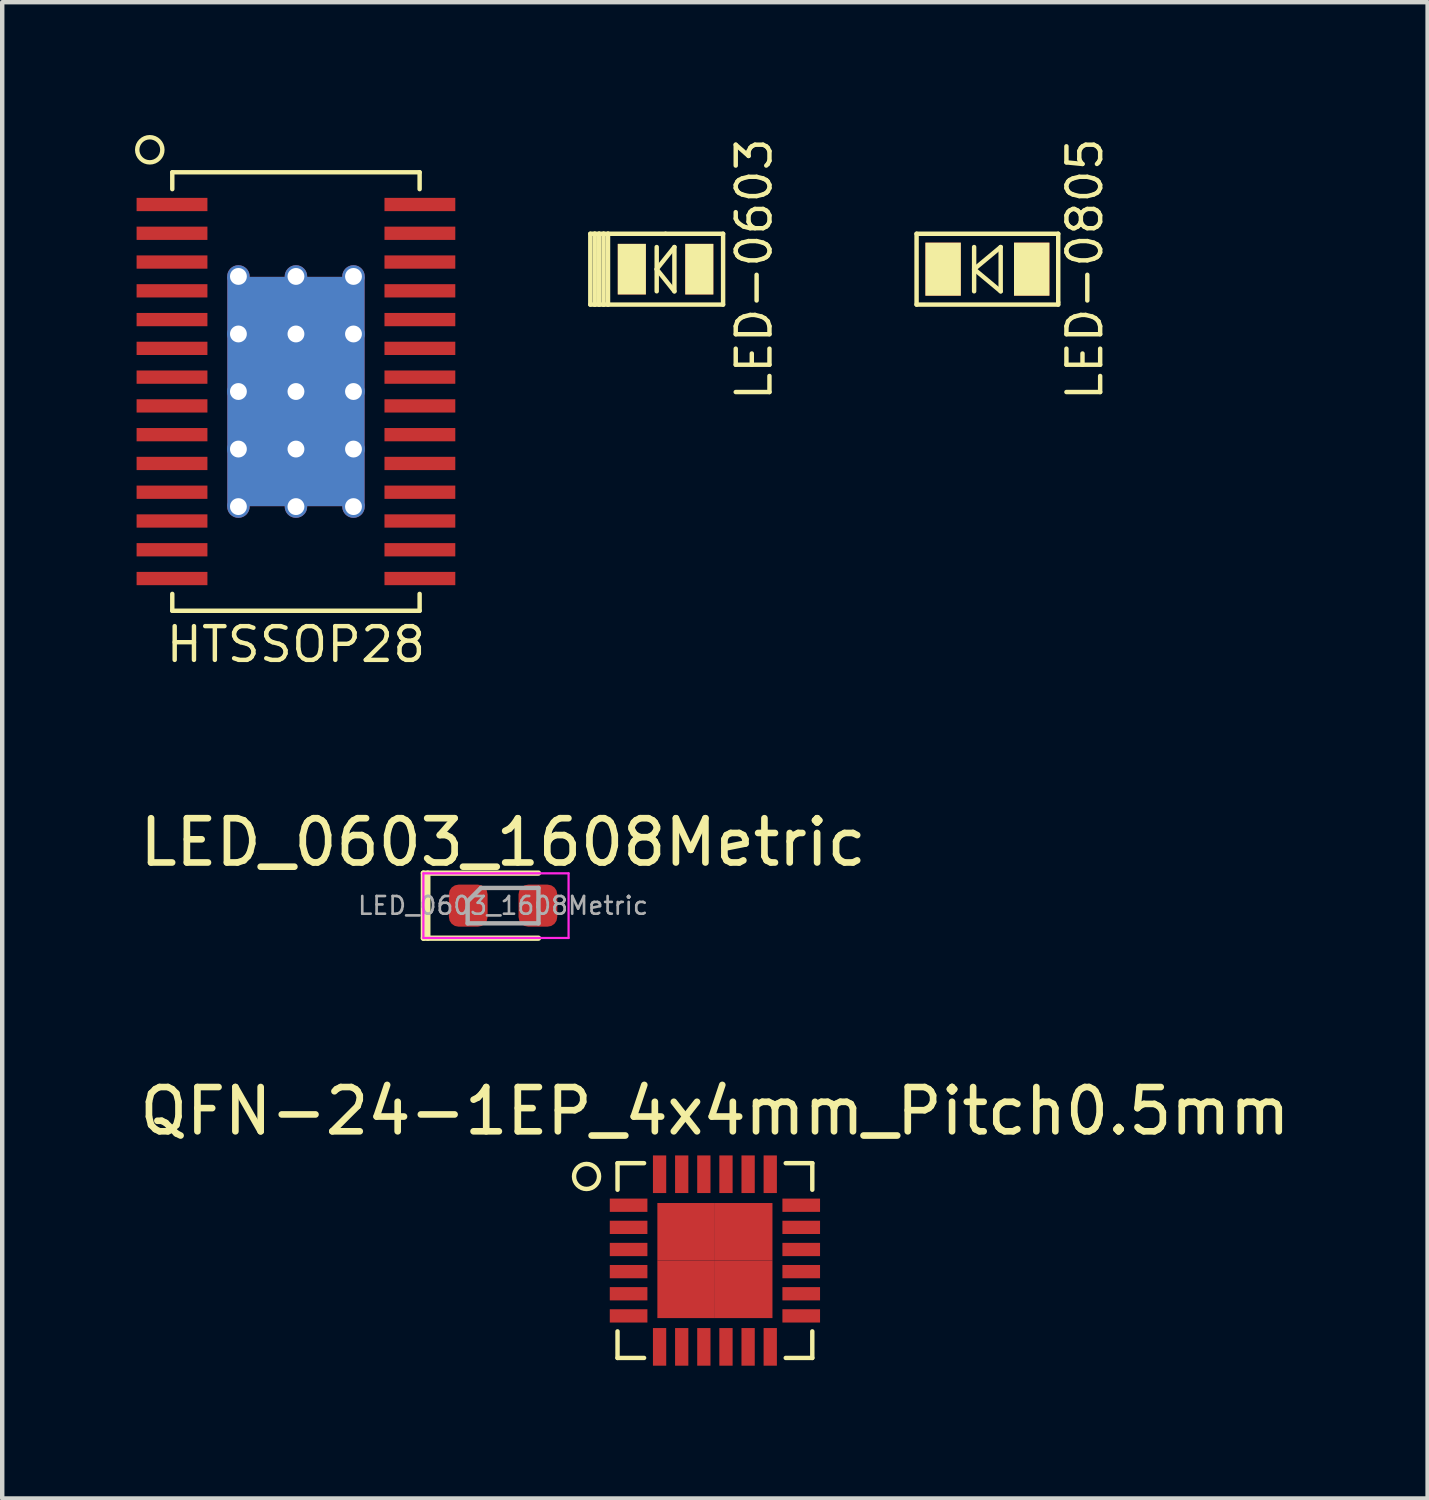
<source format=kicad_pcb>
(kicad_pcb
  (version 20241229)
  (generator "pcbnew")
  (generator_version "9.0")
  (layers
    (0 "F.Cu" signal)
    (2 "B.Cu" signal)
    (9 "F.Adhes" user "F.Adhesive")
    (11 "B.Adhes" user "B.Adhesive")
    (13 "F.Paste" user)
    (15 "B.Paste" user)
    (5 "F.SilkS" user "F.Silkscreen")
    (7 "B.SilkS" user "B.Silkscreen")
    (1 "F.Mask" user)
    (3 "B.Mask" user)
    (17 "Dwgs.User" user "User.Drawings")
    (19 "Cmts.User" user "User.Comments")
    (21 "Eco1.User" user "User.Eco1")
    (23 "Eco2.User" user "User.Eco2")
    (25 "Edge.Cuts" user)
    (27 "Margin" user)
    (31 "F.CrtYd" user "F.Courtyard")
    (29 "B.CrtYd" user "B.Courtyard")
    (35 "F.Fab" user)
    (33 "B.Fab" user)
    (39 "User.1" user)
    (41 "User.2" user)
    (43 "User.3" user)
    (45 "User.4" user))
  (footprint "LED_0603_1608Metric"
    (layer "F.Cu")
    (at 8.315 17.41)
    (property "Reference" "LED_0603_1608Metric" (at 0 -1.43 0) (layer "F.SilkS") (effects (font (size 1 1) (thickness 0.15))))
    (attr smd)
    (fp_line (start -1.8 -0.735) (end -1.8 0.735) (stroke (width 0.12) (type solid)) (layer "F.SilkS"))
    (fp_line (start -1.8 0.735) (end 0.8 0.735) (stroke (width 0.12) (type solid)) (layer "F.SilkS"))
    (fp_line (start -1.7 -0.735) (end -1.7 0.735) (stroke (width 0.12) (type solid)) (layer "F.SilkS"))
    (fp_line (start 0.8 -0.735) (end -1.8 -0.735) (stroke (width 0.12) (type solid)) (layer "F.SilkS"))
    (fp_line (start -1.8 -0.73) (end 1.48 -0.73) (stroke (width 0.05) (type solid)) (layer "F.CrtYd"))
    (fp_line (start -1.8 0.73) (end -1.8 -0.73) (stroke (width 0.05) (type solid)) (layer "F.CrtYd"))
    (fp_line (start 1.48 -0.73) (end 1.48 0.73) (stroke (width 0.05) (type solid)) (layer "F.CrtYd"))
    (fp_line (start 1.48 0.73) (end -1.8 0.73) (stroke (width 0.05) (type solid)) (layer "F.CrtYd"))
    (fp_line (start -0.8 -0.1) (end -0.8 0.4) (stroke (width 0.1) (type solid)) (layer "F.Fab"))
    (fp_line (start -0.8 0.4) (end 0.8 0.4) (stroke (width 0.1) (type solid)) (layer "F.Fab"))
    (fp_line (start -0.5 -0.4) (end -0.8 -0.1) (stroke (width 0.1) (type solid)) (layer "F.Fab"))
    (fp_line (start 0.8 -0.4) (end -0.5 -0.4) (stroke (width 0.1) (type solid)) (layer "F.Fab"))
    (fp_line (start 0.8 0.4) (end 0.8 -0.4) (stroke (width 0.1) (type solid)) (layer "F.Fab"))
    (fp_text user "${REFERENCE}" (at 0 0 0) (layer "F.Fab") (effects (font (size 0.4 0.4) (thickness 0.06))))
    (pad "1" smd roundrect (at -0.787 0) (size 0.875 0.95) (layers "F.Cu" "F.Mask" "F.Paste") (roundrect_rratio 0.25))
    (pad "2" smd roundrect (at 0.787 0) (size 0.875 0.95) (layers "F.Cu" "F.Mask" "F.Paste") (roundrect_rratio 0.25)))
  (footprint "QFN-24-1EP_4x4mm_Pitch0.5mm"
    (layer "F.Cu")
    (at 13.101 25.428)
    (property "Reference" "QFN-24-1EP_4x4mm_Pitch0.5mm" (at 0 -3.375 0) (layer "F.SilkS") (effects (font (size 1 1) (thickness 0.15))))
    (attr smd)
    (fp_line (start -2.2 -2.2) (end -1.6 -2.2) (stroke (width 0.1) (type solid)) (layer "F.SilkS"))
    (fp_line (start -2.2 -1.6) (end -2.2 -2.2) (stroke (width 0.1) (type solid)) (layer "F.SilkS"))
    (fp_line (start -2.2 1.6) (end -2.2 2.2) (stroke (width 0.1) (type solid)) (layer "F.SilkS"))
    (fp_line (start -2.2 2.2) (end -1.6 2.2) (stroke (width 0.1) (type solid)) (layer "F.SilkS"))
    (fp_line (start 1.6 -2.2) (end 2.2 -2.2) (stroke (width 0.1) (type solid)) (layer "F.SilkS"))
    (fp_line (start 1.6 2.2) (end 2.2 2.2) (stroke (width 0.1) (type solid)) (layer "F.SilkS"))
    (fp_line (start 2.2 -2.2) (end 2.2 -1.6) (stroke (width 0.1) (type solid)) (layer "F.SilkS"))
    (fp_line (start 2.2 2.2) (end 2.2 1.6) (stroke (width 0.1) (type solid)) (layer "F.SilkS"))
    (fp_circle (center -2.9 -1.9) (end -2.7 -1.7) (stroke (width 0.1) (type solid)) (fill no) (layer "F.SilkS"))
    (pad "1" smd rect (at -1.95 -1.25) (size 0.85 0.3) (layers "F.Cu" "F.Mask" "F.Paste"))
    (pad "2" smd rect (at -1.95 -0.75) (size 0.85 0.3) (layers "F.Cu" "F.Mask" "F.Paste"))
    (pad "3" smd rect (at -1.95 -0.25) (size 0.85 0.3) (layers "F.Cu" "F.Mask" "F.Paste"))
    (pad "4" smd rect (at -1.95 0.25) (size 0.85 0.3) (layers "F.Cu" "F.Mask" "F.Paste"))
    (pad "5" smd rect (at -1.95 0.75) (size 0.85 0.3) (layers "F.Cu" "F.Mask" "F.Paste"))
    (pad "6" smd rect (at -1.95 1.25) (size 0.85 0.3) (layers "F.Cu" "F.Mask" "F.Paste"))
    (pad "7" smd rect (at -1.25 1.95 90) (size 0.85 0.3) (layers "F.Cu" "F.Mask" "F.Paste"))
    (pad "8" smd rect (at -0.75 1.95 90) (size 0.85 0.3) (layers "F.Cu" "F.Mask" "F.Paste"))
    (pad "9" smd rect (at -0.25 1.95 90) (size 0.85 0.3) (layers "F.Cu" "F.Mask" "F.Paste"))
    (pad "10" smd rect (at 0.25 1.95 90) (size 0.85 0.3) (layers "F.Cu" "F.Mask" "F.Paste"))
    (pad "11" smd rect (at 0.75 1.95 90) (size 0.85 0.3) (layers "F.Cu" "F.Mask" "F.Paste"))
    (pad "12" smd rect (at 1.25 1.95 90) (size 0.85 0.3) (layers "F.Cu" "F.Mask" "F.Paste"))
    (pad "13" smd rect (at 1.95 1.25) (size 0.85 0.3) (layers "F.Cu" "F.Mask" "F.Paste"))
    (pad "14" smd rect (at 1.95 0.75) (size 0.85 0.3) (layers "F.Cu" "F.Mask" "F.Paste"))
    (pad "15" smd rect (at 1.95 0.25) (size 0.85 0.3) (layers "F.Cu" "F.Mask" "F.Paste"))
    (pad "16" smd rect (at 1.95 -0.25) (size 0.85 0.3) (layers "F.Cu" "F.Mask" "F.Paste"))
    (pad "17" smd rect (at 1.95 -0.75) (size 0.85 0.3) (layers "F.Cu" "F.Mask" "F.Paste"))
    (pad "18" smd rect (at 1.95 -1.25) (size 0.85 0.3) (layers "F.Cu" "F.Mask" "F.Paste"))
    (pad "19" smd rect (at 1.25 -1.95 90) (size 0.85 0.3) (layers "F.Cu" "F.Mask" "F.Paste"))
    (pad "20" smd rect (at 0.75 -1.95 90) (size 0.85 0.3) (layers "F.Cu" "F.Mask" "F.Paste"))
    (pad "21" smd rect (at 0.25 -1.95 90) (size 0.85 0.3) (layers "F.Cu" "F.Mask" "F.Paste"))
    (pad "22" smd rect (at -0.25 -1.95 90) (size 0.85 0.3) (layers "F.Cu" "F.Mask" "F.Paste"))
    (pad "23" smd rect (at -0.75 -1.95 90) (size 0.85 0.3) (layers "F.Cu" "F.Mask" "F.Paste"))
    (pad "24" smd rect (at -1.25 -1.95 90) (size 0.85 0.3) (layers "F.Cu" "F.Mask" "F.Paste"))
    (pad "25" smd rect (at -0.65 -0.65) (size 1.3 1.3) (layers "F.Cu" "F.Mask" "F.Paste"))
    (pad "25" smd rect (at -0.65 0.65) (size 1.3 1.3) (layers "F.Cu" "F.Mask" "F.Paste"))
    (pad "25" smd rect (at 0.65 -0.65) (size 1.3 1.3) (layers "F.Cu" "F.Mask" "F.Paste"))
    (pad "25" smd rect (at 0.65 0.65) (size 1.3 1.3) (layers "F.Cu" "F.Mask" "F.Paste")))
  (footprint "LED-0805"
    (layer "F.Cu")
    (at 19.257 3.031)
    (property "Reference" "LED-0805" (at 2.2 0 90) (layer "F.SilkS") (effects (font (size 0.762 0.762) (thickness 0.1))))
    (attr smd)
    (fp_line (start -1.6 -0.8) (end 1.6 -0.8) (stroke (width 0.1) (type solid)) (layer "F.SilkS"))
    (fp_line (start -1.6 0.8) (end -1.6 -0.8) (stroke (width 0.1) (type solid)) (layer "F.SilkS"))
    (fp_line (start -0.3 0) (end 0.3 -0.5) (stroke (width 0.1) (type solid)) (layer "F.SilkS"))
    (fp_line (start -0.3 0.5) (end -0.3 -0.5) (stroke (width 0.1) (type solid)) (layer "F.SilkS"))
    (fp_line (start 0.3 -0.5) (end 0.3 0.5) (stroke (width 0.1) (type solid)) (layer "F.SilkS"))
    (fp_line (start 0.3 0.5) (end -0.3 0) (stroke (width 0.1) (type solid)) (layer "F.SilkS"))
    (fp_line (start 1.6 -0.8) (end 1.6 0.75) (stroke (width 0.1) (type solid)) (layer "F.SilkS"))
    (fp_line (start 1.6 0.75) (end 1.6 0.8) (stroke (width 0.1) (type solid)) (layer "F.SilkS"))
    (fp_line (start 1.6 0.8) (end -1.6 0.8) (stroke (width 0.1) (type solid)) (layer "F.SilkS"))
    (pad "1" smd rect (at -1.001 0) (size 0.8 1.199) (layers "F.Cu" "F.Mask" "F.SilkS" "F.Paste"))
    (pad "2" smd rect (at 1.001 0) (size 0.8 1.199) (layers "F.Cu" "F.Mask" "F.SilkS" "F.Paste")))
  (footprint "LED-0603"
    (layer "F.Cu")
    (at 11.986 3.031)
    (property "Reference" "LED-0603" (at 2 0 270) (layer "F.SilkS") (effects (font (size 0.762 0.762) (thickness 0.1))))
    (attr smd)
    (fp_line (start -1.7 -0.8) (end -1.7 0.8) (stroke (width 0.1) (type solid)) (layer "F.SilkS"))
    (fp_line (start -1.7 0.8) (end -1.6 0.8) (stroke (width 0.1) (type solid)) (layer "F.SilkS"))
    (fp_line (start -1.6 -0.8) (end -1.7 -0.8) (stroke (width 0.1) (type solid)) (layer "F.SilkS"))
    (fp_line (start -1.6 -0.8) (end -1.6 0.8) (stroke (width 0.1) (type solid)) (layer "F.SilkS"))
    (fp_line (start -1.6 0.8) (end -1.5 0.8) (stroke (width 0.1) (type solid)) (layer "F.SilkS"))
    (fp_line (start -1.5 -0.8) (end -1.6 -0.8) (stroke (width 0.1) (type solid)) (layer "F.SilkS"))
    (fp_line (start -1.5 -0.8) (end -1.5 0.8) (stroke (width 0.1) (type solid)) (layer "F.SilkS"))
    (fp_line (start -1.5 0.8) (end -1.4 0.8) (stroke (width 0.1) (type solid)) (layer "F.SilkS"))
    (fp_line (start -1.4 -0.8) (end -1.5 -0.8) (stroke (width 0.1) (type solid)) (layer "F.SilkS"))
    (fp_line (start -1.4 -0.8) (end -1.4 0.8) (stroke (width 0.1) (type solid)) (layer "F.SilkS"))
    (fp_line (start -1.4 0.8) (end -1.3 0.8) (stroke (width 0.1) (type solid)) (layer "F.SilkS"))
    (fp_line (start -1.3 -0.8) (end -1.4 -0.8) (stroke (width 0.1) (type solid)) (layer "F.SilkS"))
    (fp_line (start -1.3 -0.8) (end 0 -0.8) (stroke (width 0.1) (type solid)) (layer "F.SilkS"))
    (fp_line (start -1.3 0.8) (end -1.3 -0.8) (stroke (width 0.1) (type solid)) (layer "F.SilkS"))
    (fp_line (start -0.2 -0.5) (end -0.2 0.5) (stroke (width 0.1) (type solid)) (layer "F.SilkS"))
    (fp_line (start -0.2 0) (end 0.2 -0.5) (stroke (width 0.1) (type solid)) (layer "F.SilkS"))
    (fp_line (start 0 -0.8) (end 1.3 -0.8) (stroke (width 0.1) (type solid)) (layer "F.SilkS"))
    (fp_line (start 0.2 -0.5) (end 0.2 0.5) (stroke (width 0.1) (type solid)) (layer "F.SilkS"))
    (fp_line (start 0.2 0.5) (end -0.2 0) (stroke (width 0.1) (type solid)) (layer "F.SilkS"))
    (fp_line (start 1.3 -0.8) (end 1.3 0.8) (stroke (width 0.1) (type solid)) (layer "F.SilkS"))
    (fp_line (start 1.3 0.8) (end -1.3 0.8) (stroke (width 0.1) (type solid)) (layer "F.SilkS"))
    (pad "1" smd rect (at -0.762 0) (size 0.635 1.143) (layers "F.Cu" "F.Mask" "F.SilkS" "F.Paste"))
    (pad "2" smd rect (at 0.762 0) (size 0.635 1.143) (layers "F.Cu" "F.Mask" "F.SilkS" "F.Paste")))
  (footprint "HTSSOP28"
    (layer "F.Cu")
    (at 3.636 5.795)
    (property "Reference" "HTSSOP28" (at 0 5.715 0) (layer "F.SilkS") (effects (font (size 0.762 0.762) (thickness 0.1))))
    (attr through_hole)
    (fp_line (start -2.794 -4.953) (end 2.794 -4.953) (stroke (width 0.1) (type solid)) (layer "F.SilkS"))
    (fp_line (start -2.794 -4.572) (end -2.794 -4.953) (stroke (width 0.1) (type solid)) (layer "F.SilkS"))
    (fp_line (start -2.794 4.572) (end -2.794 4.953) (stroke (width 0.1) (type solid)) (layer "F.SilkS"))
    (fp_line (start -2.794 4.953) (end 2.794 4.953) (stroke (width 0.1) (type solid)) (layer "F.SilkS"))
    (fp_line (start 2.794 -4.572) (end 2.794 -4.953) (stroke (width 0.1) (type solid)) (layer "F.SilkS"))
    (fp_line (start 2.794 4.572) (end 2.794 4.953) (stroke (width 0.1) (type solid)) (layer "F.SilkS"))
    (fp_circle (center -3.302 -5.461) (end -3.175 -5.207) (stroke (width 0.1) (type solid)) (fill no) (layer "F.SilkS"))
    (pad "" smd rect (at 0 -1.25) (size 1.75 1.75) (layers "F.Paste"))
    (pad "" smd rect (at 0 1.25) (size 1.75 1.75) (layers "F.Paste"))
    (pad "1" smd rect (at -2.8 -4.225) (size 1.6 0.3) (layers "F.Cu" "F.Mask" "F.Paste"))
    (pad "2" smd rect (at -2.8 -3.575) (size 1.6 0.3) (layers "F.Cu" "F.Mask" "F.Paste"))
    (pad "3" smd rect (at -2.8 -2.925) (size 1.6 0.3) (layers "F.Cu" "F.Mask" "F.Paste"))
    (pad "4" smd rect (at -2.8 -2.275) (size 1.6 0.3) (layers "F.Cu" "F.Mask" "F.Paste"))
    (pad "5" smd rect (at -2.8 -1.625) (size 1.6 0.3) (layers "F.Cu" "F.Mask" "F.Paste"))
    (pad "6" smd rect (at -2.8 -0.975) (size 1.6 0.3) (layers "F.Cu" "F.Mask" "F.Paste"))
    (pad "7" smd rect (at -2.8 -0.325) (size 1.6 0.3) (layers "F.Cu" "F.Mask" "F.Paste"))
    (pad "8" smd rect (at -2.8 0.325) (size 1.6 0.3) (layers "F.Cu" "F.Mask" "F.Paste"))
    (pad "9" smd rect (at -2.8 0.975) (size 1.6 0.3) (layers "F.Cu" "F.Mask" "F.Paste"))
    (pad "10" smd rect (at -2.8 1.625) (size 1.6 0.3) (layers "F.Cu" "F.Mask" "F.Paste"))
    (pad "11" smd rect (at -2.8 2.275) (size 1.6 0.3) (layers "F.Cu" "F.Mask" "F.Paste"))
    (pad "12" smd rect (at -2.8 2.925) (size 1.6 0.3) (layers "F.Cu" "F.Mask" "F.Paste"))
    (pad "13" smd rect (at -2.8 3.575) (size 1.6 0.3) (layers "F.Cu" "F.Mask" "F.Paste"))
    (pad "14" smd rect (at -2.8 4.225) (size 1.6 0.3) (layers "F.Cu" "F.Mask" "F.Paste"))
    (pad "15" smd rect (at 2.8 4.225) (size 1.6 0.3) (layers "F.Cu" "F.Mask" "F.Paste"))
    (pad "16" smd rect (at 2.8 3.575) (size 1.6 0.3) (layers "F.Cu" "F.Mask" "F.Paste"))
    (pad "17" smd rect (at 2.8 2.925) (size 1.6 0.3) (layers "F.Cu" "F.Mask" "F.Paste"))
    (pad "18" smd rect (at 2.8 2.275) (size 1.6 0.3) (layers "F.Cu" "F.Mask" "F.Paste"))
    (pad "19" smd rect (at 2.8 1.625) (size 1.6 0.3) (layers "F.Cu" "F.Mask" "F.Paste"))
    (pad "20" smd rect (at 2.8 0.975) (size 1.6 0.3) (layers "F.Cu" "F.Mask" "F.Paste"))
    (pad "21" smd rect (at 2.8 0.325) (size 1.6 0.3) (layers "F.Cu" "F.Mask" "F.Paste"))
    (pad "22" smd rect (at 2.8 -0.325) (size 1.6 0.3) (layers "F.Cu" "F.Mask" "F.Paste"))
    (pad "23" smd rect (at 2.8 -0.975) (size 1.6 0.3) (layers "F.Cu" "F.Mask" "F.Paste"))
    (pad "24" smd rect (at 2.8 -1.625) (size 1.6 0.3) (layers "F.Cu" "F.Mask" "F.Paste"))
    (pad "25" smd rect (at 2.8 -2.275) (size 1.6 0.3) (layers "F.Cu" "F.Mask" "F.Paste"))
    (pad "26" smd rect (at 2.8 -2.925) (size 1.6 0.3) (layers "F.Cu" "F.Mask" "F.Paste"))
    (pad "27" smd rect (at 2.8 -3.575) (size 1.6 0.3) (layers "F.Cu" "F.Mask" "F.Paste"))
    (pad "28" smd rect (at 2.8 -4.225) (size 1.6 0.3) (layers "F.Cu" "F.Mask" "F.Paste"))
    (pad "29" thru_hole circle (at -1.3 -2.6) (size 0.508 0.508) (drill 0.381) (layers "*.Cu" "*.Mask"))
    (pad "29" thru_hole circle (at -1.3 -1.3) (size 0.508 0.508) (drill 0.381) (layers "*.Cu" "*.Mask"))
    (pad "29" thru_hole circle (at -1.3 0) (size 0.508 0.508) (drill 0.381) (layers "*.Cu" "*.Mask"))
    (pad "29" thru_hole circle (at -1.3 1.3) (size 0.508 0.508) (drill 0.381) (layers "*.Cu" "*.Mask"))
    (pad "29" thru_hole circle (at -1.3 2.6) (size 0.508 0.508) (drill 0.381) (layers "*.Cu" "*.Mask"))
    (pad "29" thru_hole circle (at 0 -2.6) (size 0.508 0.508) (drill 0.381) (layers "*.Cu" "*.Mask"))
    (pad "29" thru_hole circle (at 0 -1.3) (size 0.508 0.508) (drill 0.381) (layers "*.Cu" "*.Mask"))
    (pad "29" thru_hole circle (at 0 0) (size 0.508 0.508) (drill 0.381) (layers "*.Cu" "*.Mask"))
    (pad "29" smd rect (at 0 0) (size 3.1 5.18) (layers "F.Cu" "F.Mask"))
    (pad "29" smd rect (at 0 0) (size 3.1 5.18) (layers "B.Cu" "B.Mask"))
    (pad "29" thru_hole circle (at 0 1.3) (size 0.508 0.508) (drill 0.381) (layers "*.Cu" "*.Mask"))
    (pad "29" thru_hole circle (at 0 2.6) (size 0.508 0.508) (drill 0.381) (layers "*.Cu" "*.Mask"))
    (pad "29" thru_hole circle (at 1.3 -2.6) (size 0.508 0.508) (drill 0.381) (layers "*.Cu" "*.Mask"))
    (pad "29" thru_hole circle (at 1.3 -1.3) (size 0.508 0.508) (drill 0.381) (layers "*.Cu" "*.Mask"))
    (pad "29" thru_hole circle (at 1.3 0) (size 0.508 0.508) (drill 0.381) (layers "*.Cu" "*.Mask"))
    (pad "29" thru_hole circle (at 1.3 1.3) (size 0.508 0.508) (drill 0.381) (layers "*.Cu" "*.Mask"))
    (pad "29" thru_hole circle (at 1.3 2.6) (size 0.508 0.508) (drill 0.381) (layers "*.Cu" "*.Mask")))
  (gr_rect
    (start -3 -3)
    (end 29.202 30.803)
    (stroke (width 0.1) (type default))
    (fill no)
    (layer "Edge.Cuts")))
</source>
